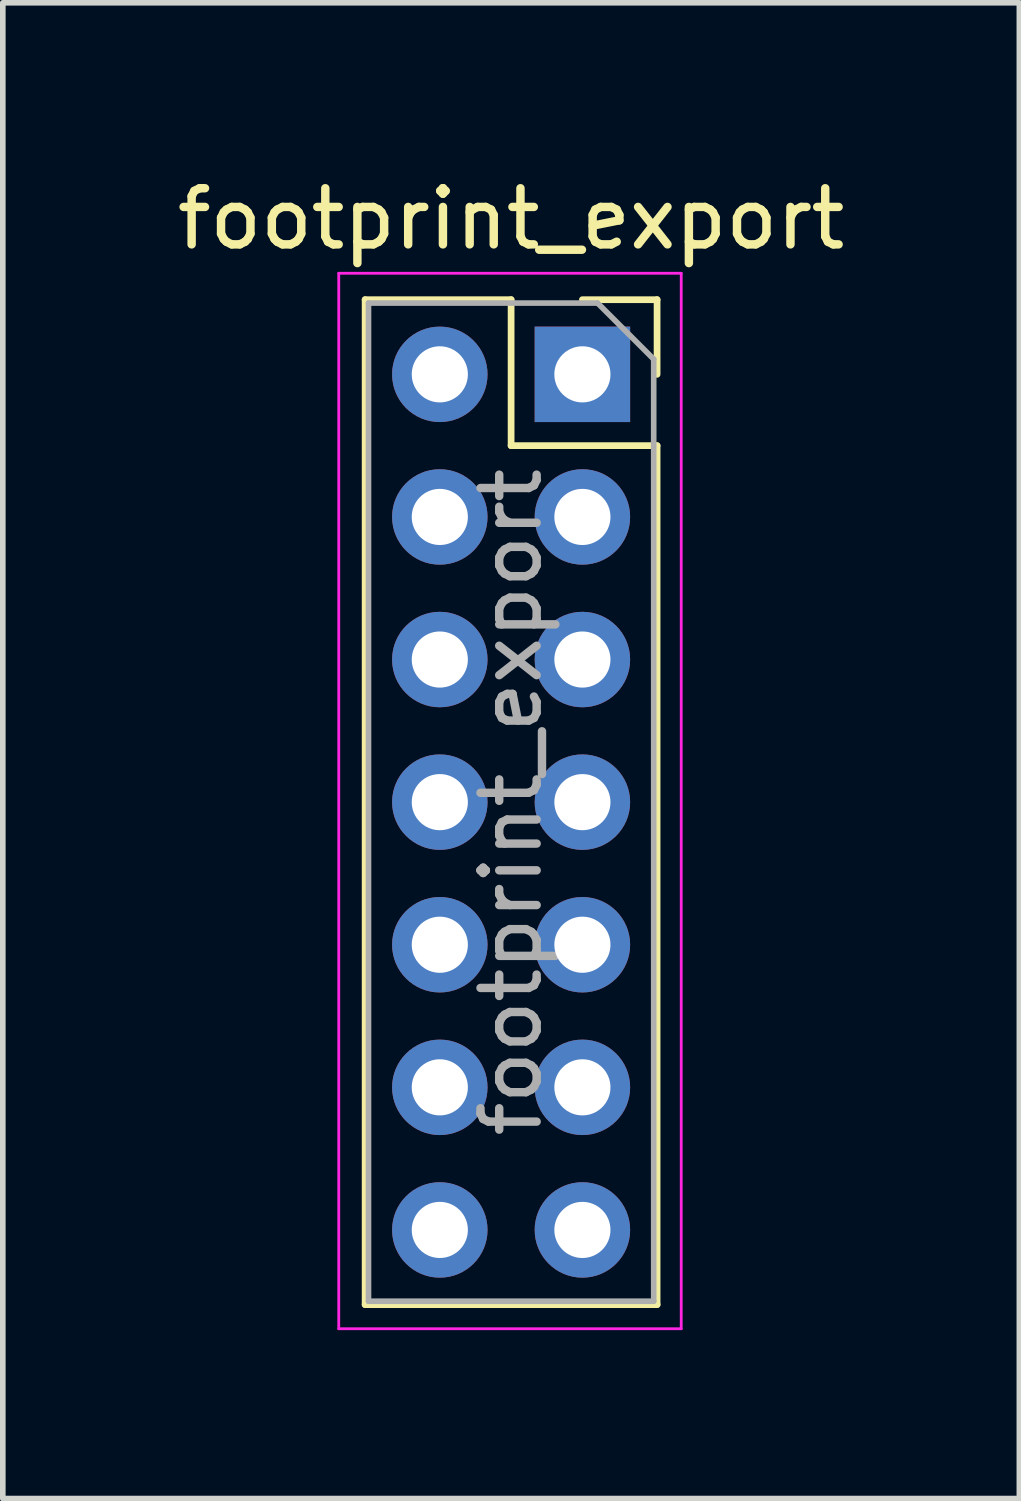
<source format=kicad_pcb>
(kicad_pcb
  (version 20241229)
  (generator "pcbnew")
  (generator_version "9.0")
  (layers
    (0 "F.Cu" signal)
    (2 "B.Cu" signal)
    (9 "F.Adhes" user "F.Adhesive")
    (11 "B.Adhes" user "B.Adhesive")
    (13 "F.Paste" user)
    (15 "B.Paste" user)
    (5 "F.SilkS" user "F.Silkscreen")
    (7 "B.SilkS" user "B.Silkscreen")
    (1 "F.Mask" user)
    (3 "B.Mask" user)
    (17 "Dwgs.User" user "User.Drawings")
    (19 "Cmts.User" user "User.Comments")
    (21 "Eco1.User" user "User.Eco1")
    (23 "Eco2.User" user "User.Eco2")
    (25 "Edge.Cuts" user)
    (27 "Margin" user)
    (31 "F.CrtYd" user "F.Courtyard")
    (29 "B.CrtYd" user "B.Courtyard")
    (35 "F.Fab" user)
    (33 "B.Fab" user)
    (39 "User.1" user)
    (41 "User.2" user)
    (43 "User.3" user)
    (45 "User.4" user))
  (footprint "footprint_export"
    (layer "F.Cu")
    (at 7.324 3.618)
    (property "Reference" "footprint_export" (at -1.27 -2.77 0) (layer "F.SilkS") (effects (font (size 1 1) (thickness 0.15))))
    (attr through_hole)
    (fp_line (start -3.87 -1.33) (end -3.87 16.57) (stroke (width 0.12) (type solid)) (layer "F.SilkS"))
    (fp_line (start -3.87 -1.33) (end -1.27 -1.33) (stroke (width 0.12) (type solid)) (layer "F.SilkS"))
    (fp_line (start -3.87 16.57) (end 1.33 16.57) (stroke (width 0.12) (type solid)) (layer "F.SilkS"))
    (fp_line (start -1.27 -1.33) (end -1.27 1.27) (stroke (width 0.12) (type solid)) (layer "F.SilkS"))
    (fp_line (start -1.27 1.27) (end 1.33 1.27) (stroke (width 0.12) (type solid)) (layer "F.SilkS"))
    (fp_line (start 0 -1.33) (end 1.33 -1.33) (stroke (width 0.12) (type solid)) (layer "F.SilkS"))
    (fp_line (start 1.33 -1.33) (end 1.33 0) (stroke (width 0.12) (type solid)) (layer "F.SilkS"))
    (fp_line (start 1.33 1.27) (end 1.33 16.57) (stroke (width 0.12) (type solid)) (layer "F.SilkS"))
    (fp_line (start -4.34 -1.8) (end 1.76 -1.8) (stroke (width 0.05) (type solid)) (layer "F.CrtYd"))
    (fp_line (start -4.34 17) (end -4.34 -1.8) (stroke (width 0.05) (type solid)) (layer "F.CrtYd"))
    (fp_line (start 1.76 -1.8) (end 1.76 17) (stroke (width 0.05) (type solid)) (layer "F.CrtYd"))
    (fp_line (start 1.76 17) (end -4.34 17) (stroke (width 0.05) (type solid)) (layer "F.CrtYd"))
    (fp_line (start -3.81 -1.27) (end 0.27 -1.27) (stroke (width 0.1) (type solid)) (layer "F.Fab"))
    (fp_line (start -3.81 16.51) (end -3.81 -1.27) (stroke (width 0.1) (type solid)) (layer "F.Fab"))
    (fp_line (start 0.27 -1.27) (end 1.27 -0.27) (stroke (width 0.1) (type solid)) (layer "F.Fab"))
    (fp_line (start 1.27 -0.27) (end 1.27 16.51) (stroke (width 0.1) (type solid)) (layer "F.Fab"))
    (fp_line (start 1.27 16.51) (end -3.81 16.51) (stroke (width 0.1) (type solid)) (layer "F.Fab"))
    (fp_text user "${REFERENCE}" (at -1.27 7.62 90) (layer "F.Fab") (effects (font (size 1 1) (thickness 0.15))))
    (pad "1" thru_hole rect (at 0 0) (size 1.7 1.7) (drill 1) (layers "*.Cu" "*.Mask"))
    (pad "2" thru_hole oval (at -2.54 0) (size 1.7 1.7) (drill 1) (layers "*.Cu" "*.Mask"))
    (pad "3" thru_hole oval (at 0 2.54) (size 1.7 1.7) (drill 1) (layers "*.Cu" "*.Mask"))
    (pad "4" thru_hole oval (at -2.54 2.54) (size 1.7 1.7) (drill 1) (layers "*.Cu" "*.Mask"))
    (pad "5" thru_hole oval (at 0 5.08) (size 1.7 1.7) (drill 1) (layers "*.Cu" "*.Mask"))
    (pad "6" thru_hole oval (at -2.54 5.08) (size 1.7 1.7) (drill 1) (layers "*.Cu" "*.Mask"))
    (pad "7" thru_hole oval (at 0 7.62) (size 1.7 1.7) (drill 1) (layers "*.Cu" "*.Mask"))
    (pad "8" thru_hole oval (at -2.54 7.62) (size 1.7 1.7) (drill 1) (layers "*.Cu" "*.Mask"))
    (pad "9" thru_hole oval (at 0 10.16) (size 1.7 1.7) (drill 1) (layers "*.Cu" "*.Mask"))
    (pad "10" thru_hole oval (at -2.54 10.16) (size 1.7 1.7) (drill 1) (layers "*.Cu" "*.Mask"))
    (pad "11" thru_hole oval (at 0 12.7) (size 1.7 1.7) (drill 1) (layers "*.Cu" "*.Mask"))
    (pad "12" thru_hole oval (at -2.54 12.7) (size 1.7 1.7) (drill 1) (layers "*.Cu" "*.Mask"))
    (pad "13" thru_hole oval (at 0 15.24) (size 1.7 1.7) (drill 1) (layers "*.Cu" "*.Mask"))
    (pad "14" thru_hole oval (at -2.54 15.24) (size 1.7 1.7) (drill 1) (layers "*.Cu" "*.Mask")))
  (gr_rect
    (start -3 -3)
    (end 15.107 23.643)
    (stroke (width 0.1) (type default))
    (fill no)
    (layer "Edge.Cuts")))
</source>
